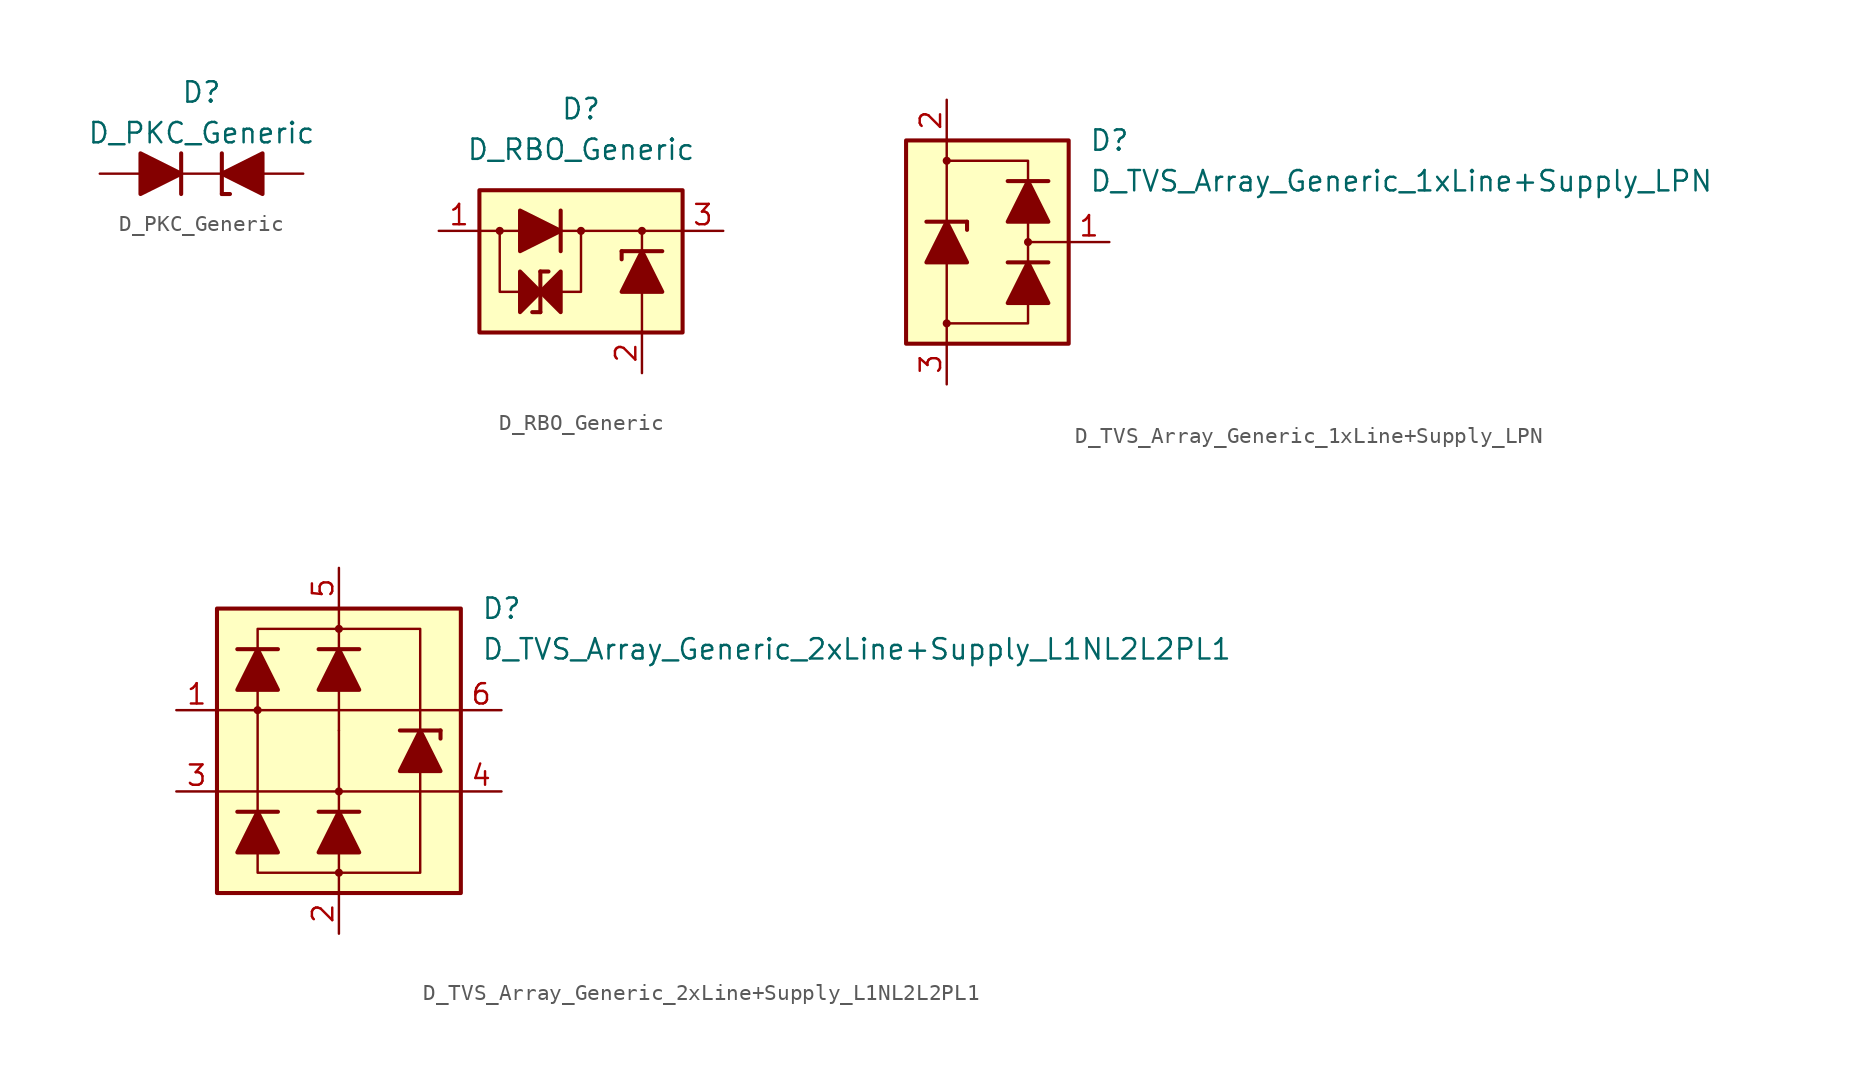
<source format=kicad_sym>
(kicad_symbol_lib
  (version 20211014)
  (generator kicad_symbol_editor)
  (symbol "D_PKC_Generic"
    (pin_numbers hide)
    (pin_names
      (offset 1.016) hide)
    (property "Reference" "D"
      (at 0 5.08 0)
      (effects (font (size 1.27 1.27))))
    (property "Value" "D_PKC_Generic"
      (at 0 2.54 0)
      (effects (font (size 1.27 1.27))))
    (symbol "D_PKC_Generic_0_1"
      (polyline (pts (xy -3.81 0) (xy -1.27 0)) (stroke (width 0) (type default) (color 0 0 0 0)) (fill (type none)))
      (polyline (pts (xy -1.27 -1.27) (xy -1.27 1.27)) (stroke (width 0.254) (type default) (color 0 0 0 0)) (fill (type none)))
      (polyline (pts (xy -1.27 0) (xy 1.27 0)) (stroke (width 0.152) (type default) (color 0 0 0 0)) (fill (type none)))
      (polyline (pts (xy 1.27 -1.27) (xy 1.778 -1.27)) (stroke (width 0.254) (type default) (color 0 0 0 0)) (fill (type none)))
      (polyline (pts (xy 1.27 1.27) (xy 1.27 -1.27)) (stroke (width 0.254) (type default) (color 0 0 0 0)) (fill (type none)))
      (polyline (pts (xy -3.81 1.27) (xy -3.81 -1.27) (xy -1.27 0) (xy -3.81 1.27)) (stroke (width 0.254) (type default) (color 0 0 0 0)) (fill (type outline)))
      (polyline (pts (xy 3.81 -1.27) (xy 3.81 1.27) (xy 1.27 0) (xy 3.81 -1.27)) (stroke (width 0.254) (type default) (color 0 0 0 0)) (fill (type outline))))
    (symbol "D_PKC_Generic_1_1"
      (pin passive line (at 6.35 0 180) (length 2.54) (name "K" (effects (font (size 1.27 1.27)))) (number "1" (effects (font (size 1.27 1.27)))))
      (pin passive line (at -6.35 0 0) (length 2.54) (name "A" (effects (font (size 1.27 1.27)))) (number "2" (effects (font (size 1.27 1.27)))))))
  (symbol "D_RBO_Generic"
    (pin_names hide)
    (property "Reference" "D"
      (at 0 7.62 0)
      (effects (font (size 1.27 1.27))))
    (property "Value" "D_RBO_Generic"
      (at 0 5.08 0)
      (effects (font (size 1.27 1.27))))
    (symbol "D_RBO_Generic_0_1"
      (rectangle (start -6.35 2.54) (end 6.35 -6.35) (stroke (width 0.254) (type default) (color 0 0 0 0)) (fill (type background)))
      (polyline (pts (xy -6.35 0) (xy -3.81 0)) (stroke (width 0.152) (type default) (color 0 0 0 0)) (fill (type none)))
      (polyline (pts (xy -3.81 0) (xy -1.27 0)) (stroke (width 0) (type default) (color 0 0 0 0)) (fill (type none)))
      (polyline (pts (xy -2.54 -5.08) (xy -3.048 -5.08)) (stroke (width 0.254) (type default) (color 0 0 0 0)) (fill (type none)))
      (polyline (pts (xy -2.54 -2.54) (xy -2.54 -5.08)) (stroke (width 0.254) (type default) (color 0 0 0 0)) (fill (type none)))
      (polyline (pts (xy -2.54 -2.54) (xy -2.032 -2.54)) (stroke (width 0.254) (type default) (color 0 0 0 0)) (fill (type none)))
      (polyline (pts (xy -1.27 -3.81) (xy -3.81 -3.81)) (stroke (width 0) (type default) (color 0 0 0 0)) (fill (type none)))
      (polyline (pts (xy -1.27 -1.27) (xy -1.27 1.27)) (stroke (width 0.254) (type default) (color 0 0 0 0)) (fill (type none)))
      (polyline (pts (xy -1.27 0) (xy 6.35 0)) (stroke (width 0.152) (type default) (color 0 0 0 0)) (fill (type none)))
      (polyline (pts (xy 2.54 -1.27) (xy 2.54 -1.778)) (stroke (width 0.254) (type default) (color 0 0 0 0)) (fill (type none)))
      (polyline (pts (xy 3.81 -6.35) (xy 3.81 -3.81)) (stroke (width 0.152) (type default) (color 0 0 0 0)) (fill (type none)))
      (polyline (pts (xy 3.81 -3.81) (xy 3.81 -1.27)) (stroke (width 0) (type default) (color 0 0 0 0)) (fill (type none)))
      (polyline (pts (xy 3.81 -1.27) (xy 3.81 0)) (stroke (width 0.152) (type default) (color 0 0 0 0)) (fill (type none)))
      (polyline (pts (xy 5.08 -1.27) (xy 2.54 -1.27)) (stroke (width 0.254) (type default) (color 0 0 0 0)) (fill (type none)))
      (polyline (pts (xy -3.81 -3.81) (xy -5.08 -3.81) (xy -5.08 0)) (stroke (width 0.152) (type default) (color 0 0 0 0)) (fill (type none)))
      (polyline (pts (xy -1.27 -3.81) (xy 0 -3.81) (xy 0 0)) (stroke (width 0.152) (type default) (color 0 0 0 0)) (fill (type none)))
      (polyline (pts (xy -3.81 1.27) (xy -3.81 -1.27) (xy -1.27 0) (xy -3.81 1.27)) (stroke (width 0.254) (type default) (color 0 0 0 0)) (fill (type outline)))
      (polyline (pts (xy -2.54 -3.81) (xy -3.81 -2.54) (xy -3.81 -5.08) (xy -2.54 -3.81)) (stroke (width 0.254) (type default) (color 0 0 0 0)) (fill (type outline)))
      (polyline (pts (xy -1.27 -2.54) (xy -1.27 -5.08) (xy -2.54 -3.81) (xy -1.27 -2.54)) (stroke (width 0.254) (type default) (color 0 0 0 0)) (fill (type outline)))
      (polyline (pts (xy 2.54 -3.81) (xy 5.08 -3.81) (xy 3.81 -1.27) (xy 2.54 -3.81)) (stroke (width 0.254) (type default) (color 0 0 0 0)) (fill (type outline))))
    (symbol "D_RBO_Generic_1_1"
      (circle (center -5.08 0) (radius 0.178) (stroke (width 0) (type default) (color 0 0 0 0)) (fill (type outline)))
      (circle (center 0 0) (radius 0.178) (stroke (width 0) (type default) (color 0 0 0 0)) (fill (type outline)))
      (circle (center 3.81 0) (radius 0.178) (stroke (width 0) (type default) (color 0 0 0 0)) (fill (type outline)))
      (pin passive line (at -8.89 0 0) (length 2.54) (name "1" (effects (font (size 1.27 1.27)))) (number "1" (effects (font (size 1.27 1.27)))))
      (pin passive line (at 3.81 -8.89 90) (length 2.54) (name "2" (effects (font (size 1.27 1.27)))) (number "2" (effects (font (size 1.27 1.27)))))
      (pin passive line (at 8.89 0 180) (length 2.54) (name "3" (effects (font (size 1.27 1.27)))) (number "3" (effects (font (size 1.27 1.27)))))))
  (symbol "D_TVS_Array_Generic_1xLine+Supply_LPN"
    (pin_names
      (offset 1.016) hide)
    (property "Reference" "D"
      (at 8.89 6.35 0)
      (effects (font (size 1.27 1.27)) (justify left)))
    (property "Value" "D_TVS_Array_Generic_1xLine+Supply_LPN"
      (at 8.89 3.81 0)
      (effects (font (size 1.27 1.27)) (justify left)))
    (symbol "D_TVS_Array_Generic_1xLine+Supply_LPN_0_1"
      (rectangle (start -2.54 6.35) (end 7.62 -6.35) (stroke (width 0.254) (type default) (color 0 0 0 0)) (fill (type background)))
      (polyline (pts (xy 0 -5.08) (xy 0 -6.35)) (stroke (width 0) (type default) (color 0 0 0 0)) (fill (type none)))
      (polyline (pts (xy 0 -1.27) (xy 0 -5.08)) (stroke (width 0) (type default) (color 0 0 0 0)) (fill (type none)))
      (polyline (pts (xy 0 1.27) (xy 0 6.35)) (stroke (width 0) (type default) (color 0 0 0 0)) (fill (type none)))
      (polyline (pts (xy 5.08 -1.27) (xy 5.08 1.27)) (stroke (width 0) (type default) (color 0 0 0 0)) (fill (type none)))
      (polyline (pts (xy 5.08 0) (xy 7.62 0)) (stroke (width 0) (type default) (color 0 0 0 0)) (fill (type none)))
      (polyline (pts (xy 0 -5.08) (xy 5.08 -5.08) (xy 5.08 -3.81)) (stroke (width 0.152) (type default) (color 0 0 0 0)) (fill (type none)))
      (polyline (pts (xy 0 5.08) (xy 5.08 5.08) (xy 5.08 3.81)) (stroke (width 0.152) (type default) (color 0 0 0 0)) (fill (type none)))
      (circle (center 0 5.08) (radius 0.178) (stroke (width 0) (type default) (color 0 0 0 0)) (fill (type outline)))
      (circle (center 5.08 0) (radius 0.178) (stroke (width 0) (type default) (color 0 0 0 0)) (fill (type outline))))
    (symbol "D_TVS_Array_Generic_1xLine+Supply_LPN_1_1"
      (circle (center 0 -5.08) (radius 0.178) (stroke (width 0) (type default) (color 0 0 0 0)) (fill (type outline)))
      (polyline (pts (xy -1.27 1.27) (xy 1.27 1.27)) (stroke (width 0.254) (type default) (color 0 0 0 0)) (fill (type none)))
      (polyline (pts (xy 0 -1.27) (xy 0 1.27)) (stroke (width 0) (type default) (color 0 0 0 0)) (fill (type none)))
      (polyline (pts (xy 1.27 1.27) (xy 1.27 0.762)) (stroke (width 0.254) (type default) (color 0 0 0 0)) (fill (type none)))
      (polyline (pts (xy 5.08 -3.81) (xy 5.08 -1.27)) (stroke (width 0) (type default) (color 0 0 0 0)) (fill (type none)))
      (polyline (pts (xy 5.08 1.27) (xy 5.08 3.81)) (stroke (width 0) (type default) (color 0 0 0 0)) (fill (type none)))
      (polyline (pts (xy 6.35 -1.27) (xy 3.81 -1.27)) (stroke (width 0.254) (type default) (color 0 0 0 0)) (fill (type none)))
      (polyline (pts (xy 6.35 3.81) (xy 3.81 3.81)) (stroke (width 0.254) (type default) (color 0 0 0 0)) (fill (type none)))
      (polyline (pts (xy 1.27 -1.27) (xy -1.27 -1.27) (xy 0 1.27) (xy 1.27 -1.27)) (stroke (width 0.254) (type default) (color 0 0 0 0)) (fill (type outline)))
      (polyline (pts (xy 6.35 -3.81) (xy 3.81 -3.81) (xy 5.08 -1.27) (xy 6.35 -3.81)) (stroke (width 0.254) (type default) (color 0 0 0 0)) (fill (type outline)))
      (polyline (pts (xy 6.35 1.27) (xy 3.81 1.27) (xy 5.08 3.81) (xy 6.35 1.27)) (stroke (width 0.254) (type default) (color 0 0 0 0)) (fill (type outline)))
      (pin passive line (at 10.16 0 180) (length 2.54) (name "L" (effects (font (size 1.27 1.27)))) (number "1" (effects (font (size 1.27 1.27)))))
      (pin passive line (at 0 8.89 270) (length 2.54) (name "VP" (effects (font (size 1.27 1.27)))) (number "2" (effects (font (size 1.27 1.27)))))
      (pin passive line (at 0 -8.89 90) (length 2.54) (name "VN" (effects (font (size 1.27 1.27)))) (number "3" (effects (font (size 1.27 1.27)))))))
  (symbol "D_TVS_Array_Generic_2xLine+Supply_L1NL2L2PL1"
    (pin_names
      (offset 1.016) hide)
    (property "Reference" "D"
      (at 8.89 8.89 0)
      (effects (font (size 1.27 1.27)) (justify left)))
    (property "Value" "D_TVS_Array_Generic_2xLine+Supply_L1NL2L2PL1"
      (at 8.89 6.35 0)
      (effects (font (size 1.27 1.27)) (justify left)))
    (symbol "D_TVS_Array_Generic_2xLine+Supply_L1NL2L2PL1_0_1"
      (rectangle (start -7.62 8.89) (end 7.62 -8.89) (stroke (width 0.254) (type default) (color 0 0 0 0)) (fill (type background)))
      (polyline (pts (xy -7.62 -2.54) (xy 7.62 -2.54)) (stroke (width 0) (type default) (color 0 0 0 0)) (fill (type none)))
      (polyline (pts (xy -7.62 2.54) (xy 7.62 2.54)) (stroke (width 0) (type default) (color 0 0 0 0)) (fill (type none)))
      (polyline (pts (xy -5.08 -3.81) (xy -5.08 3.81)) (stroke (width 0) (type default) (color 0 0 0 0)) (fill (type none)))
      (polyline (pts (xy 0 -8.89) (xy 0 -7.62)) (stroke (width 0) (type default) (color 0 0 0 0)) (fill (type none)))
      (polyline (pts (xy 0 -7.62) (xy 0 -6.35)) (stroke (width 0) (type default) (color 0 0 0 0)) (fill (type none)))
      (polyline (pts (xy 0 1.27) (xy 0 -3.81)) (stroke (width 0) (type default) (color 0 0 0 0)) (fill (type none)))
      (polyline (pts (xy 0 1.27) (xy 0 3.81)) (stroke (width 0) (type default) (color 0 0 0 0)) (fill (type none)))
      (polyline (pts (xy 0 6.35) (xy 0 7.62)) (stroke (width 0) (type default) (color 0 0 0 0)) (fill (type none)))
      (polyline (pts (xy 0 8.89) (xy 0 7.62)) (stroke (width 0) (type default) (color 0 0 0 0)) (fill (type none)))
      (polyline (pts (xy -5.08 -6.35) (xy -5.08 -7.62) (xy 5.08 -7.62) (xy 5.08 -1.27)) (stroke (width 0) (type default) (color 0 0 0 0)) (fill (type none)))
      (polyline (pts (xy 5.08 1.27) (xy 5.08 7.62) (xy -5.08 7.62) (xy -5.08 6.35)) (stroke (width 0) (type default) (color 0 0 0 0)) (fill (type none))))
    (symbol "D_TVS_Array_Generic_2xLine+Supply_L1NL2L2PL1_1_1"
      (circle (center -5.08 2.54) (radius 0.178) (stroke (width 0) (type default) (color 0 0 0 0)) (fill (type outline)))
      (circle (center 0 -7.62) (radius 0.178) (stroke (width 0) (type default) (color 0 0 0 0)) (fill (type outline)))
      (circle (center 0 -2.54) (radius 0.178) (stroke (width 0) (type default) (color 0 0 0 0)) (fill (type outline)))
      (polyline (pts (xy -3.81 -3.81) (xy -6.35 -3.81)) (stroke (width 0.254) (type default) (color 0 0 0 0)) (fill (type none)))
      (polyline (pts (xy -3.81 6.35) (xy -6.35 6.35)) (stroke (width 0.254) (type default) (color 0 0 0 0)) (fill (type none)))
      (polyline (pts (xy 0 -6.35) (xy 0 -3.81)) (stroke (width 0) (type default) (color 0 0 0 0)) (fill (type none)))
      (polyline (pts (xy 0 3.81) (xy 0 6.35)) (stroke (width 0) (type default) (color 0 0 0 0)) (fill (type none)))
      (polyline (pts (xy 1.27 -3.81) (xy -1.27 -3.81)) (stroke (width 0.254) (type default) (color 0 0 0 0)) (fill (type none)))
      (polyline (pts (xy 1.27 6.35) (xy -1.27 6.35)) (stroke (width 0.254) (type default) (color 0 0 0 0)) (fill (type none)))
      (polyline (pts (xy 3.81 1.27) (xy 6.35 1.27)) (stroke (width 0.254) (type default) (color 0 0 0 0)) (fill (type none)))
      (polyline (pts (xy 5.08 -1.27) (xy 5.08 1.27)) (stroke (width 0) (type default) (color 0 0 0 0)) (fill (type none)))
      (polyline (pts (xy 6.35 1.27) (xy 6.35 0.762)) (stroke (width 0.254) (type default) (color 0 0 0 0)) (fill (type none)))
      (polyline (pts (xy -3.81 -6.35) (xy -6.35 -6.35) (xy -5.08 -3.81) (xy -3.81 -6.35)) (stroke (width 0.254) (type default) (color 0 0 0 0)) (fill (type outline)))
      (polyline (pts (xy -3.81 3.81) (xy -6.35 3.81) (xy -5.08 6.35) (xy -3.81 3.81)) (stroke (width 0.254) (type default) (color 0 0 0 0)) (fill (type outline)))
      (polyline (pts (xy 1.27 -6.35) (xy -1.27 -6.35) (xy 0 -3.81) (xy 1.27 -6.35)) (stroke (width 0.254) (type default) (color 0 0 0 0)) (fill (type outline)))
      (polyline (pts (xy 1.27 3.81) (xy -1.27 3.81) (xy 0 6.35) (xy 1.27 3.81)) (stroke (width 0.254) (type default) (color 0 0 0 0)) (fill (type outline)))
      (polyline (pts (xy 6.35 -1.27) (xy 3.81 -1.27) (xy 5.08 1.27) (xy 6.35 -1.27)) (stroke (width 0.254) (type default) (color 0 0 0 0)) (fill (type outline)))
      (circle (center 0 7.62) (radius 0.178) (stroke (width 0) (type default) (color 0 0 0 0)) (fill (type outline)))
      (pin passive line (at -10.16 2.54 0) (length 2.54) (name "L1" (effects (font (size 1.27 1.27)))) (number "1" (effects (font (size 1.27 1.27)))))
      (pin passive line (at 0 -11.43 90) (length 2.54) (name "VN" (effects (font (size 1.27 1.27)))) (number "2" (effects (font (size 1.27 1.27)))))
      (pin passive line (at -10.16 -2.54 0) (length 2.54) (name "L2" (effects (font (size 1.27 1.27)))) (number "3" (effects (font (size 1.27 1.27)))))
      (pin passive line (at 10.16 -2.54 180) (length 2.54) (name "L2" (effects (font (size 1.27 1.27)))) (number "4" (effects (font (size 1.27 1.27)))))
      (pin passive line (at 0 11.43 270) (length 2.54) (name "VP" (effects (font (size 1.27 1.27)))) (number "5" (effects (font (size 1.27 1.27)))))
      (pin passive line (at 10.16 2.54 180) (length 2.54) (name "L1" (effects (font (size 1.27 1.27)))) (number "6" (effects (font (size 1.27 1.27))))))))
</source>
